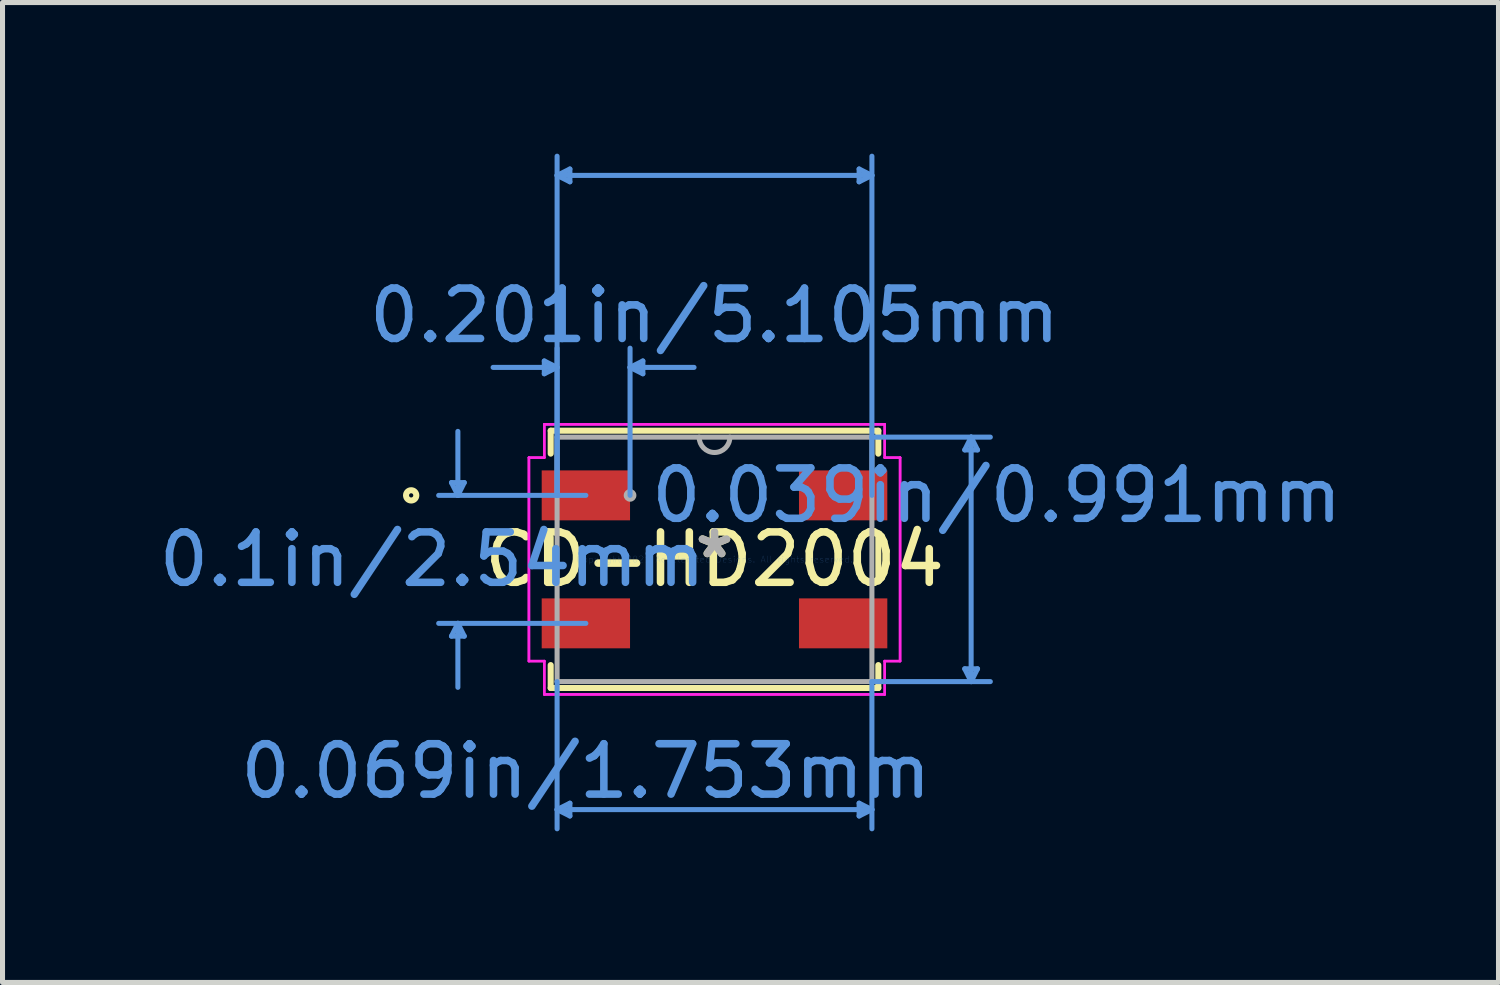
<source format=kicad_pcb>
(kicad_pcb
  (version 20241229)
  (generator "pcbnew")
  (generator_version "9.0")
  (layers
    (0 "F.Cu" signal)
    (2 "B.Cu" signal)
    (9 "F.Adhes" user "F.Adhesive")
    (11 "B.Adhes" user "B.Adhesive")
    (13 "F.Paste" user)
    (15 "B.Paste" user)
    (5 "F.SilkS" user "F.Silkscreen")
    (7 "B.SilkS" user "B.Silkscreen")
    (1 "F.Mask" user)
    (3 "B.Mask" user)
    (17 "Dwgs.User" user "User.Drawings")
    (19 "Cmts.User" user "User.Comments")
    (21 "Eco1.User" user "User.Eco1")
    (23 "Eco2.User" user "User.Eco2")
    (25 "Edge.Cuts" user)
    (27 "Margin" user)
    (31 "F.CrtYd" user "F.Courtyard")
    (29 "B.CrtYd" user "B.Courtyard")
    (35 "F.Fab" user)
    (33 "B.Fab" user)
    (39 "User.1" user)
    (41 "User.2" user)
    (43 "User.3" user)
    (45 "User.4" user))
  (footprint "CD-HD2004"
    (layer "F.Cu")
    (at 11.13 8.051)
    (property "Reference" "CD-HD2004" (at 0 0 0) (layer "F.SilkS") (effects (font (size 1 1) (thickness 0.15))))
    (attr through_hole)
    (fp_line (start -3.251 -2.553) (end -3.251 -2.098) (stroke (width 0.12) (type solid)) (layer "F.SilkS"))
    (fp_line (start -3.251 -0.442) (end -3.251 0.442) (stroke (width 0.12) (type solid)) (layer "F.SilkS"))
    (fp_line (start -3.251 2.098) (end -3.251 2.553) (stroke (width 0.12) (type solid)) (layer "F.SilkS"))
    (fp_line (start -3.251 2.553) (end 3.251 2.553) (stroke (width 0.12) (type solid)) (layer "F.SilkS"))
    (fp_line (start 3.251 -2.553) (end -3.251 -2.553) (stroke (width 0.12) (type solid)) (layer "F.SilkS"))
    (fp_line (start 3.251 -2.098) (end 3.251 -2.553) (stroke (width 0.12) (type solid)) (layer "F.SilkS"))
    (fp_line (start 3.251 0.442) (end 3.251 -0.442) (stroke (width 0.12) (type solid)) (layer "F.SilkS"))
    (fp_line (start 3.251 2.553) (end 3.251 2.098) (stroke (width 0.12) (type solid)) (layer "F.SilkS"))
    (fp_circle (center -6.02 -1.27) (end -5.918 -1.27) (stroke (width 0.12) (type solid)) (fill no) (layer "F.SilkS"))
    (fp_line (start -5.22 -1.524) (end -4.966 -1.524) (stroke (width 0.1) (type solid)) (layer "Cmts.User"))
    (fp_line (start -5.22 1.524) (end -4.966 1.524) (stroke (width 0.1) (type solid)) (layer "Cmts.User"))
    (fp_line (start -5.093 -1.27) (end -5.22 -1.524) (stroke (width 0.1) (type solid)) (layer "Cmts.User"))
    (fp_line (start -5.093 -1.27) (end -5.093 -2.54) (stroke (width 0.1) (type solid)) (layer "Cmts.User"))
    (fp_line (start -5.093 -1.27) (end -4.966 -1.524) (stroke (width 0.1) (type solid)) (layer "Cmts.User"))
    (fp_line (start -5.093 1.27) (end -5.22 1.524) (stroke (width 0.1) (type solid)) (layer "Cmts.User"))
    (fp_line (start -5.093 1.27) (end -5.093 2.54) (stroke (width 0.1) (type solid)) (layer "Cmts.User"))
    (fp_line (start -5.093 1.27) (end -4.966 1.524) (stroke (width 0.1) (type solid)) (layer "Cmts.User"))
    (fp_line (start -3.378 -3.937) (end -3.378 -3.683) (stroke (width 0.1) (type solid)) (layer "Cmts.User"))
    (fp_line (start -3.124 -7.62) (end -2.87 -7.747) (stroke (width 0.1) (type solid)) (layer "Cmts.User"))
    (fp_line (start -3.124 -7.62) (end -2.87 -7.493) (stroke (width 0.1) (type solid)) (layer "Cmts.User"))
    (fp_line (start -3.124 -7.62) (end 3.124 -7.62) (stroke (width 0.1) (type solid)) (layer "Cmts.User"))
    (fp_line (start -3.124 -3.81) (end -4.394 -3.81) (stroke (width 0.1) (type solid)) (layer "Cmts.User"))
    (fp_line (start -3.124 -3.81) (end -3.378 -3.937) (stroke (width 0.1) (type solid)) (layer "Cmts.User"))
    (fp_line (start -3.124 -3.81) (end -3.378 -3.683) (stroke (width 0.1) (type solid)) (layer "Cmts.User"))
    (fp_line (start -3.124 -1.27) (end -3.124 -8.001) (stroke (width 0.1) (type solid)) (layer "Cmts.User"))
    (fp_line (start -3.124 -1.27) (end -3.124 -4.191) (stroke (width 0.1) (type solid)) (layer "Cmts.User"))
    (fp_line (start -3.124 2.426) (end -3.124 5.347) (stroke (width 0.1) (type solid)) (layer "Cmts.User"))
    (fp_line (start -3.124 4.966) (end -2.87 4.839) (stroke (width 0.1) (type solid)) (layer "Cmts.User"))
    (fp_line (start -3.124 4.966) (end -2.87 5.093) (stroke (width 0.1) (type solid)) (layer "Cmts.User"))
    (fp_line (start -3.124 4.966) (end 3.124 4.966) (stroke (width 0.1) (type solid)) (layer "Cmts.User"))
    (fp_line (start -2.87 -7.747) (end -2.87 -7.493) (stroke (width 0.1) (type solid)) (layer "Cmts.User"))
    (fp_line (start -2.87 4.839) (end -2.87 5.093) (stroke (width 0.1) (type solid)) (layer "Cmts.User"))
    (fp_line (start -2.553 -1.27) (end -5.474 -1.27) (stroke (width 0.1) (type solid)) (layer "Cmts.User"))
    (fp_line (start -2.553 1.27) (end -5.474 1.27) (stroke (width 0.1) (type solid)) (layer "Cmts.User"))
    (fp_line (start -1.676 -3.81) (end -1.422 -3.937) (stroke (width 0.1) (type solid)) (layer "Cmts.User"))
    (fp_line (start -1.676 -3.81) (end -1.422 -3.683) (stroke (width 0.1) (type solid)) (layer "Cmts.User"))
    (fp_line (start -1.676 -3.81) (end -0.406 -3.81) (stroke (width 0.1) (type solid)) (layer "Cmts.User"))
    (fp_line (start -1.676 -1.27) (end -1.676 -4.191) (stroke (width 0.1) (type solid)) (layer "Cmts.User"))
    (fp_line (start -1.422 -3.937) (end -1.422 -3.683) (stroke (width 0.1) (type solid)) (layer "Cmts.User"))
    (fp_line (start 2.87 -7.747) (end 2.87 -7.493) (stroke (width 0.1) (type solid)) (layer "Cmts.User"))
    (fp_line (start 2.87 4.839) (end 2.87 5.093) (stroke (width 0.1) (type solid)) (layer "Cmts.User"))
    (fp_line (start 3.124 -7.62) (end 2.87 -7.747) (stroke (width 0.1) (type solid)) (layer "Cmts.User"))
    (fp_line (start 3.124 -7.62) (end 2.87 -7.493) (stroke (width 0.1) (type solid)) (layer "Cmts.User"))
    (fp_line (start 3.124 -2.426) (end 5.474 -2.426) (stroke (width 0.1) (type solid)) (layer "Cmts.User"))
    (fp_line (start 3.124 -1.27) (end 3.124 -8.001) (stroke (width 0.1) (type solid)) (layer "Cmts.User"))
    (fp_line (start 3.124 2.426) (end 3.124 5.347) (stroke (width 0.1) (type solid)) (layer "Cmts.User"))
    (fp_line (start 3.124 2.426) (end 5.474 2.426) (stroke (width 0.1) (type solid)) (layer "Cmts.User"))
    (fp_line (start 3.124 4.966) (end 2.87 4.839) (stroke (width 0.1) (type solid)) (layer "Cmts.User"))
    (fp_line (start 3.124 4.966) (end 2.87 5.093) (stroke (width 0.1) (type solid)) (layer "Cmts.User"))
    (fp_line (start 4.966 -2.172) (end 5.22 -2.172) (stroke (width 0.1) (type solid)) (layer "Cmts.User"))
    (fp_line (start 4.966 2.172) (end 5.22 2.172) (stroke (width 0.1) (type solid)) (layer "Cmts.User"))
    (fp_line (start 5.093 -2.426) (end 4.966 -2.172) (stroke (width 0.1) (type solid)) (layer "Cmts.User"))
    (fp_line (start 5.093 -2.426) (end 5.093 2.426) (stroke (width 0.1) (type solid)) (layer "Cmts.User"))
    (fp_line (start 5.093 -2.426) (end 5.22 -2.172) (stroke (width 0.1) (type solid)) (layer "Cmts.User"))
    (fp_line (start 5.093 2.426) (end 4.966 2.172) (stroke (width 0.1) (type solid)) (layer "Cmts.User"))
    (fp_line (start 5.093 2.426) (end 5.22 2.172) (stroke (width 0.1) (type solid)) (layer "Cmts.User"))
    (fp_line (start -3.683 -2.019) (end -3.378 -2.019) (stroke (width 0.05) (type solid)) (layer "F.CrtYd"))
    (fp_line (start -3.683 -2.019) (end -3.378 -2.019) (stroke (width 0.05) (type solid)) (layer "F.CrtYd"))
    (fp_line (start -3.683 2.019) (end -3.683 -2.019) (stroke (width 0.05) (type solid)) (layer "F.CrtYd"))
    (fp_line (start -3.683 2.019) (end -3.683 -2.019) (stroke (width 0.05) (type solid)) (layer "F.CrtYd"))
    (fp_line (start -3.683 2.019) (end -3.378 2.019) (stroke (width 0.05) (type solid)) (layer "F.CrtYd"))
    (fp_line (start -3.378 -2.68) (end 3.378 -2.68) (stroke (width 0.05) (type solid)) (layer "F.CrtYd"))
    (fp_line (start -3.378 -2.68) (end 3.378 -2.68) (stroke (width 0.05) (type solid)) (layer "F.CrtYd"))
    (fp_line (start -3.378 -2.019) (end -3.378 -2.68) (stroke (width 0.05) (type solid)) (layer "F.CrtYd"))
    (fp_line (start -3.378 -2.019) (end -3.378 -2.68) (stroke (width 0.05) (type solid)) (layer "F.CrtYd"))
    (fp_line (start -3.378 2.019) (end -3.683 2.019) (stroke (width 0.05) (type solid)) (layer "F.CrtYd"))
    (fp_line (start -3.378 2.68) (end -3.378 2.019) (stroke (width 0.05) (type solid)) (layer "F.CrtYd"))
    (fp_line (start -3.378 2.68) (end -3.378 2.019) (stroke (width 0.05) (type solid)) (layer "F.CrtYd"))
    (fp_line (start 3.378 -2.68) (end 3.378 -2.019) (stroke (width 0.05) (type solid)) (layer "F.CrtYd"))
    (fp_line (start 3.378 -2.68) (end 3.378 -2.019) (stroke (width 0.05) (type solid)) (layer "F.CrtYd"))
    (fp_line (start 3.378 -2.019) (end 3.683 -2.019) (stroke (width 0.05) (type solid)) (layer "F.CrtYd"))
    (fp_line (start 3.378 2.019) (end 3.378 2.68) (stroke (width 0.05) (type solid)) (layer "F.CrtYd"))
    (fp_line (start 3.378 2.019) (end 3.378 2.68) (stroke (width 0.05) (type solid)) (layer "F.CrtYd"))
    (fp_line (start 3.378 2.68) (end -3.378 2.68) (stroke (width 0.05) (type solid)) (layer "F.CrtYd"))
    (fp_line (start 3.378 2.68) (end -3.378 2.68) (stroke (width 0.05) (type solid)) (layer "F.CrtYd"))
    (fp_line (start 3.683 -2.019) (end 3.378 -2.019) (stroke (width 0.05) (type solid)) (layer "F.CrtYd"))
    (fp_line (start 3.683 -2.019) (end 3.683 2.019) (stroke (width 0.05) (type solid)) (layer "F.CrtYd"))
    (fp_line (start 3.683 -2.019) (end 3.683 2.019) (stroke (width 0.05) (type solid)) (layer "F.CrtYd"))
    (fp_line (start 3.683 2.019) (end 3.378 2.019) (stroke (width 0.05) (type solid)) (layer "F.CrtYd"))
    (fp_line (start 3.683 2.019) (end 3.378 2.019) (stroke (width 0.05) (type solid)) (layer "F.CrtYd"))
    (fp_line (start -3.124 -2.426) (end -3.124 2.426) (stroke (width 0.1) (type solid)) (layer "F.Fab"))
    (fp_line (start -3.124 2.426) (end 3.124 2.426) (stroke (width 0.1) (type solid)) (layer "F.Fab"))
    (fp_line (start 3.124 -2.426) (end -3.124 -2.426) (stroke (width 0.1) (type solid)) (layer "F.Fab"))
    (fp_line (start 3.124 2.426) (end 3.124 -2.426) (stroke (width 0.1) (type solid)) (layer "F.Fab"))
    (fp_arc (start 0.3048 -2.4257) (mid 0 -2.1209) (end -0.3048 -2.4257) (stroke (width 0.1) (type solid)) (layer "F.Fab"))
    (fp_circle (center -1.676 -1.27) (end -1.6 -1.27) (stroke (width 0.1) (type solid)) (fill no) (layer "F.Fab"))
    (fp_text user "*" (at 0 0 0) (layer "F.SilkS") (effects (font (size 1 1) (thickness 0.15))))
    (fp_text user "0.1in/2.54mm" (at -5.601 0 0) (layer "Cmts.User") (effects (font (size 1 1) (thickness 0.15))))
    (fp_text user "0.201in/5.105mm" (at 0 -4.839 0) (layer "Cmts.User") (effects (font (size 1 1) (thickness 0.15))))
    (fp_text user "0.069in/1.753mm" (at -2.553 4.204 0) (layer "Cmts.User") (effects (font (size 1 1) (thickness 0.15))))
    (fp_text user "Copyright 2021 Accelerated Designs. All rights reserved." (at 0 0 0) (layer "Cmts.User") (effects (font (size 0.127 0.127) (thickness 0.002))))
    (fp_text user "0.039in/0.991mm" (at 5.601 -1.27 0) (layer "Cmts.User") (effects (font (size 1 1) (thickness 0.15))))
    (fp_text user "*" (at 0 0 0) (layer "F.Fab") (effects (font (size 1 1) (thickness 0.15))))
    (pad "1" smd rect (at -2.553 -1.27) (size 1.753 0.991) (layers "F.Cu" "F.Mask" "F.Paste"))
    (pad "2" smd rect (at 2.553 -1.27) (size 1.753 0.991) (layers "F.Cu" "F.Mask" "F.Paste"))
    (pad "3" smd rect (at 2.553 1.27) (size 1.753 0.991) (layers "F.Cu" "F.Mask" "F.Paste"))
    (pad "4" smd rect (at -2.553 1.27) (size 1.753 0.991) (layers "F.Cu" "F.Mask" "F.Paste")))
  (gr_rect
    (start -3 -3)
    (end 26.689 16.448)
    (stroke (width 0.1) (type default))
    (fill no)
    (layer "Edge.Cuts")))
</source>
